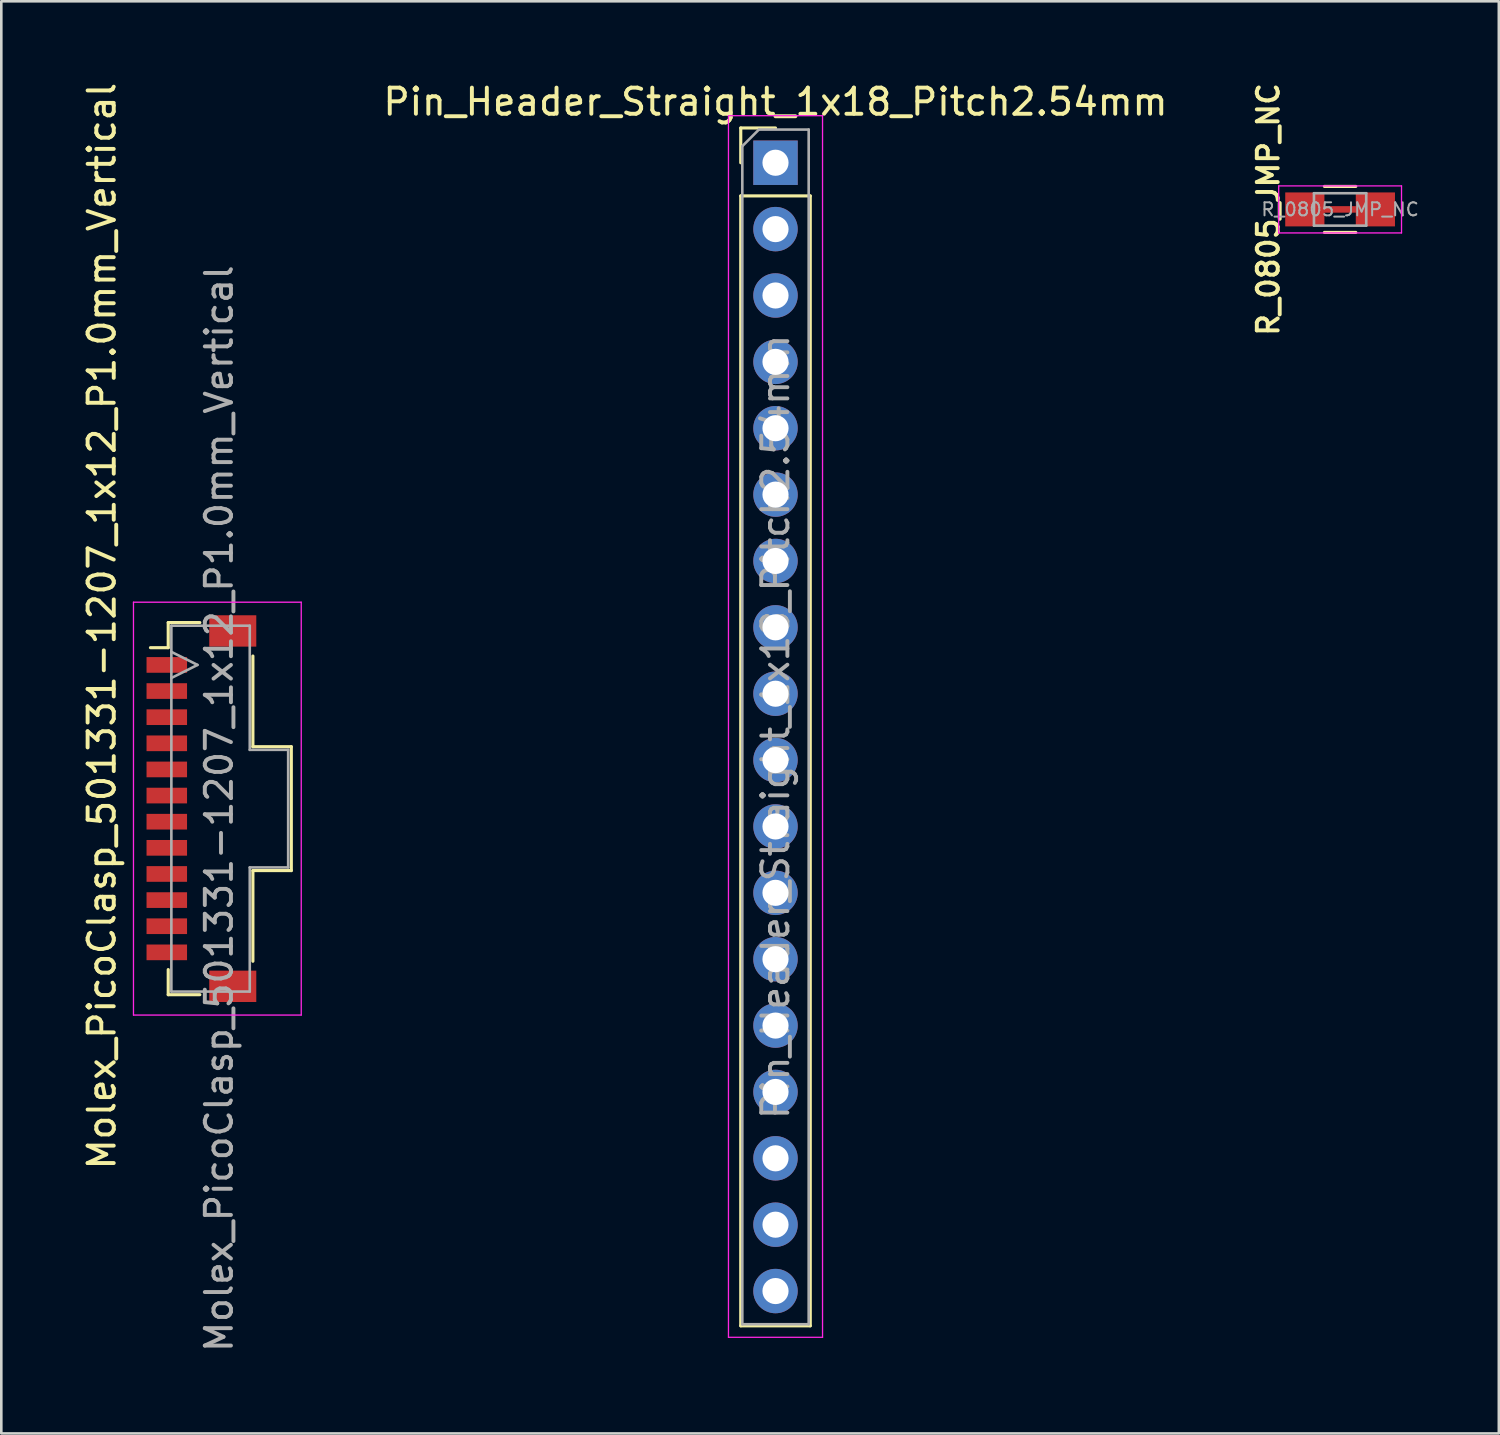
<source format=kicad_pcb>
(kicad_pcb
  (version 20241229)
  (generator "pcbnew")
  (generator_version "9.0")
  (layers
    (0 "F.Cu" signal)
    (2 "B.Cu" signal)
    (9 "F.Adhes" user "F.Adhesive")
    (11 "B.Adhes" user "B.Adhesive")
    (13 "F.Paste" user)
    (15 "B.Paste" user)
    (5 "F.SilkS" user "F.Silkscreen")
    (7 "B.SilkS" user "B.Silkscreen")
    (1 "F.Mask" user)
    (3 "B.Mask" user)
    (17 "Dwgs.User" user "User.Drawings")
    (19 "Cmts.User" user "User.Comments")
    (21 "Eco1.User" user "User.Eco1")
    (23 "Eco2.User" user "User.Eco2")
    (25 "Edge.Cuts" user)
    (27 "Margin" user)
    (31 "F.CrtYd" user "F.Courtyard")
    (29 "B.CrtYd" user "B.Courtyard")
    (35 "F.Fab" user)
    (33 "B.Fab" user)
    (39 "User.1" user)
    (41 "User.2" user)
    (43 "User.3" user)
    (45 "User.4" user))
  (footprint "R_0805_JMP_NC"
    (layer "F.Cu")
    (at 48.235 4.964)
    (property "Reference" "R_0805_JMP_NC" (at -2.75 0 90) (layer "F.SilkS") (effects (font (size 0.8 0.8) (thickness 0.15))))
    (attr smd)
    (fp_line (start -0.6 -0.88) (end 0.6 -0.88) (stroke (width 0.12) (type solid)) (layer "F.SilkS"))
    (fp_line (start 0.6 0.88) (end -0.6 0.88) (stroke (width 0.12) (type solid)) (layer "F.SilkS"))
    (fp_line (start -2.35 -0.9) (end -2.35 0.9) (stroke (width 0.05) (type solid)) (layer "F.CrtYd"))
    (fp_line (start -2.35 -0.9) (end 2.35 -0.9) (stroke (width 0.05) (type solid)) (layer "F.CrtYd"))
    (fp_line (start 2.35 0.9) (end -2.35 0.9) (stroke (width 0.05) (type solid)) (layer "F.CrtYd"))
    (fp_line (start 2.35 0.9) (end 2.35 -0.9) (stroke (width 0.05) (type solid)) (layer "F.CrtYd"))
    (fp_line (start -1 -0.62) (end 1 -0.62) (stroke (width 0.1) (type solid)) (layer "F.Fab"))
    (fp_line (start -1 0.62) (end -1 -0.62) (stroke (width 0.1) (type solid)) (layer "F.Fab"))
    (fp_line (start 1 -0.62) (end 1 0.62) (stroke (width 0.1) (type solid)) (layer "F.Fab"))
    (fp_line (start 1 0.62) (end -1 0.62) (stroke (width 0.1) (type solid)) (layer "F.Fab"))
    (fp_text user "${REFERENCE}" (at 0 0 0) (layer "F.Fab") (effects (font (size 0.5 0.5) (thickness 0.075))))
    (pad "1" smd rect (at -1.35 0) (size 1.5 1.3) (layers "F.Cu" "F.Mask" "F.Paste"))
    (pad "1" smd rect (at 0 0) (size 2 0.25) (layers "F.Cu" "F.Mask" "F.Paste"))
    (pad "2" smd rect (at 1.35 0) (size 1.5 1.3) (layers "F.Cu" "F.Mask" "F.Paste")))
  (footprint "Molex_PicoClasp_501331-1207_1x12_P1.0mm_Vertical"
    (layer "F.Cu")
    (at 4.658 27.896)
    (property "Reference" "Molex_PicoClasp_501331-1207_1x12_P1.0mm_Vertical" (at -3.81 -6.985 90) (layer "F.SilkS") (effects (font (size 1 1) (thickness 0.15))))
    (attr smd)
    (fp_line (start -1.95 -6.16) (end -1.27 -6.16) (stroke (width 0.12) (type solid)) (layer "F.SilkS"))
    (fp_line (start -1.27 -7.12) (end -0.06 -7.12) (stroke (width 0.12) (type solid)) (layer "F.SilkS"))
    (fp_line (start -1.27 -6.16) (end -1.27 -7.12) (stroke (width 0.12) (type solid)) (layer "F.SilkS"))
    (fp_line (start -1.27 6.16) (end -1.27 7.12) (stroke (width 0.12) (type solid)) (layer "F.SilkS"))
    (fp_line (start -1.27 7.12) (end -0.06 7.12) (stroke (width 0.12) (type solid)) (layer "F.SilkS"))
    (fp_line (start 1.97 -5.84) (end 1.97 -2.37) (stroke (width 0.12) (type solid)) (layer "F.SilkS"))
    (fp_line (start 1.97 -2.37) (end 3.44 -2.37) (stroke (width 0.12) (type solid)) (layer "F.SilkS"))
    (fp_line (start 1.97 2.37) (end 1.97 5.84) (stroke (width 0.12) (type solid)) (layer "F.SilkS"))
    (fp_line (start 3.44 -2.37) (end 3.44 2.37) (stroke (width 0.12) (type solid)) (layer "F.SilkS"))
    (fp_line (start 3.44 2.37) (end 1.97 2.37) (stroke (width 0.12) (type solid)) (layer "F.SilkS"))
    (fp_line (start -2.6 -7.9) (end -2.6 7.9) (stroke (width 0.05) (type solid)) (layer "F.CrtYd"))
    (fp_line (start -2.6 7.9) (end 3.82 7.9) (stroke (width 0.05) (type solid)) (layer "F.CrtYd"))
    (fp_line (start 3.82 -7.9) (end -2.6 -7.9) (stroke (width 0.05) (type solid)) (layer "F.CrtYd"))
    (fp_line (start 3.82 7.9) (end 3.82 -7.9) (stroke (width 0.05) (type solid)) (layer "F.CrtYd"))
    (fp_line (start -1.15 -7) (end 1.85 -7) (stroke (width 0.1) (type solid)) (layer "F.Fab"))
    (fp_line (start -1.15 -5) (end -0.15 -5.5) (stroke (width 0.1) (type solid)) (layer "F.Fab"))
    (fp_line (start -1.15 7) (end -1.15 -7) (stroke (width 0.1) (type solid)) (layer "F.Fab"))
    (fp_line (start -0.15 -5.5) (end -1.15 -6) (stroke (width 0.1) (type solid)) (layer "F.Fab"))
    (fp_line (start 1.85 -7) (end 1.85 -2.25) (stroke (width 0.1) (type solid)) (layer "F.Fab"))
    (fp_line (start 1.85 -2.25) (end 3.32 -2.25) (stroke (width 0.1) (type solid)) (layer "F.Fab"))
    (fp_line (start 1.85 2.25) (end 1.85 7) (stroke (width 0.1) (type solid)) (layer "F.Fab"))
    (fp_line (start 1.85 7) (end -1.15 7) (stroke (width 0.1) (type solid)) (layer "F.Fab"))
    (fp_line (start 3.32 -2.25) (end 3.32 2.25) (stroke (width 0.1) (type solid)) (layer "F.Fab"))
    (fp_line (start 3.32 2.25) (end 1.85 2.25) (stroke (width 0.1) (type solid)) (layer "F.Fab"))
    (fp_text user "${REFERENCE}" (at 0.675 0 90) (layer "F.Fab") (effects (font (size 1 1) (thickness 0.15))))
    (pad "1" smd rect (at -1.325 -5.5) (size 1.55 0.6) (layers "F.Cu" "F.Mask" "F.Paste"))
    (pad "2" smd rect (at -1.325 -4.5) (size 1.55 0.6) (layers "F.Cu" "F.Mask" "F.Paste"))
    (pad "3" smd rect (at -1.325 -3.5) (size 1.55 0.6) (layers "F.Cu" "F.Mask" "F.Paste"))
    (pad "4" smd rect (at -1.325 -2.5) (size 1.55 0.6) (layers "F.Cu" "F.Mask" "F.Paste"))
    (pad "5" smd rect (at -1.325 -1.5) (size 1.55 0.6) (layers "F.Cu" "F.Mask" "F.Paste"))
    (pad "6" smd rect (at -1.325 -0.5) (size 1.55 0.6) (layers "F.Cu" "F.Mask" "F.Paste"))
    (pad "7" smd rect (at -1.325 0.5) (size 1.55 0.6) (layers "F.Cu" "F.Mask" "F.Paste"))
    (pad "8" smd rect (at -1.325 1.5) (size 1.55 0.6) (layers "F.Cu" "F.Mask" "F.Paste"))
    (pad "9" smd rect (at -1.325 2.5) (size 1.55 0.6) (layers "F.Cu" "F.Mask" "F.Paste"))
    (pad "10" smd rect (at -1.325 3.5) (size 1.55 0.6) (layers "F.Cu" "F.Mask" "F.Paste"))
    (pad "11" smd rect (at -1.325 4.5) (size 1.55 0.6) (layers "F.Cu" "F.Mask" "F.Paste"))
    (pad "12" smd rect (at -1.325 5.5) (size 1.55 0.6) (layers "F.Cu" "F.Mask" "F.Paste"))
    (pad "13" smd rect (at 1.2 -6.8) (size 1.8 1.2) (layers "F.Cu" "F.Mask" "F.Paste"))
    (pad "13" smd rect (at 1.2 6.8) (size 1.8 1.2) (layers "F.Cu" "F.Mask" "F.Paste")))
  (footprint "Pin_Header_Straight_1x18_Pitch2.54mm"
    (layer "F.Cu")
    (at 26.628 3.178)
    (property "Reference" "Pin_Header_Straight_1x18_Pitch2.54mm" (at 0 -2.33 0) (layer "F.SilkS") (effects (font (size 1 1) (thickness 0.15))))
    (attr through_hole)
    (fp_line (start -1.33 -1.33) (end 0 -1.33) (stroke (width 0.12) (type solid)) (layer "F.SilkS"))
    (fp_line (start -1.33 0) (end -1.33 -1.33) (stroke (width 0.12) (type solid)) (layer "F.SilkS"))
    (fp_line (start -1.33 1.27) (end -1.33 44.51) (stroke (width 0.12) (type solid)) (layer "F.SilkS"))
    (fp_line (start -1.33 1.27) (end 1.33 1.27) (stroke (width 0.12) (type solid)) (layer "F.SilkS"))
    (fp_line (start -1.33 44.51) (end 1.33 44.51) (stroke (width 0.12) (type solid)) (layer "F.SilkS"))
    (fp_line (start 1.33 1.27) (end 1.33 44.51) (stroke (width 0.12) (type solid)) (layer "F.SilkS"))
    (fp_line (start -1.8 -1.8) (end -1.8 44.95) (stroke (width 0.05) (type solid)) (layer "F.CrtYd"))
    (fp_line (start -1.8 44.95) (end 1.8 44.95) (stroke (width 0.05) (type solid)) (layer "F.CrtYd"))
    (fp_line (start 1.8 -1.8) (end -1.8 -1.8) (stroke (width 0.05) (type solid)) (layer "F.CrtYd"))
    (fp_line (start 1.8 44.95) (end 1.8 -1.8) (stroke (width 0.05) (type solid)) (layer "F.CrtYd"))
    (fp_line (start -1.27 -0.635) (end -0.635 -1.27) (stroke (width 0.1) (type solid)) (layer "F.Fab"))
    (fp_line (start -1.27 44.45) (end -1.27 -0.635) (stroke (width 0.1) (type solid)) (layer "F.Fab"))
    (fp_line (start -0.635 -1.27) (end 1.27 -1.27) (stroke (width 0.1) (type solid)) (layer "F.Fab"))
    (fp_line (start 1.27 -1.27) (end 1.27 44.45) (stroke (width 0.1) (type solid)) (layer "F.Fab"))
    (fp_line (start 1.27 44.45) (end -1.27 44.45) (stroke (width 0.1) (type solid)) (layer "F.Fab"))
    (fp_text user "${REFERENCE}" (at 0 21.59 90) (layer "F.Fab") (effects (font (size 1 1) (thickness 0.15))))
    (pad "1" thru_hole rect (at 0 0) (size 1.7 1.7) (drill 1) (layers "*.Cu" "*.Mask"))
    (pad "2" thru_hole oval (at 0 2.54) (size 1.7 1.7) (drill 1) (layers "*.Cu" "*.Mask"))
    (pad "3" thru_hole oval (at 0 5.08) (size 1.7 1.7) (drill 1) (layers "*.Cu" "*.Mask"))
    (pad "4" thru_hole oval (at 0 7.62) (size 1.7 1.7) (drill 1) (layers "*.Cu" "*.Mask"))
    (pad "5" thru_hole oval (at 0 10.16) (size 1.7 1.7) (drill 1) (layers "*.Cu" "*.Mask"))
    (pad "6" thru_hole oval (at 0 12.7) (size 1.7 1.7) (drill 1) (layers "*.Cu" "*.Mask"))
    (pad "7" thru_hole oval (at 0 15.24) (size 1.7 1.7) (drill 1) (layers "*.Cu" "*.Mask"))
    (pad "8" thru_hole oval (at 0 17.78) (size 1.7 1.7) (drill 1) (layers "*.Cu" "*.Mask"))
    (pad "9" thru_hole oval (at 0 20.32) (size 1.7 1.7) (drill 1) (layers "*.Cu" "*.Mask"))
    (pad "10" thru_hole oval (at 0 22.86) (size 1.7 1.7) (drill 1) (layers "*.Cu" "*.Mask"))
    (pad "11" thru_hole oval (at 0 25.4) (size 1.7 1.7) (drill 1) (layers "*.Cu" "*.Mask"))
    (pad "12" thru_hole oval (at 0 27.94) (size 1.7 1.7) (drill 1) (layers "*.Cu" "*.Mask"))
    (pad "13" thru_hole oval (at 0 30.48) (size 1.7 1.7) (drill 1) (layers "*.Cu" "*.Mask"))
    (pad "14" thru_hole oval (at 0 33.02) (size 1.7 1.7) (drill 1) (layers "*.Cu" "*.Mask"))
    (pad "15" thru_hole oval (at 0 35.56) (size 1.7 1.7) (drill 1) (layers "*.Cu" "*.Mask"))
    (pad "16" thru_hole oval (at 0 38.1) (size 1.7 1.7) (drill 1) (layers "*.Cu" "*.Mask"))
    (pad "17" thru_hole oval (at 0 40.64) (size 1.7 1.7) (drill 1) (layers "*.Cu" "*.Mask"))
    (pad "18" thru_hole oval (at 0 43.18) (size 1.7 1.7) (drill 1) (layers "*.Cu" "*.Mask")))
  (gr_rect
    (start -3 -3)
    (end 54.309 51.806)
    (stroke (width 0.1) (type default))
    (fill no)
    (layer "Edge.Cuts")))
</source>
